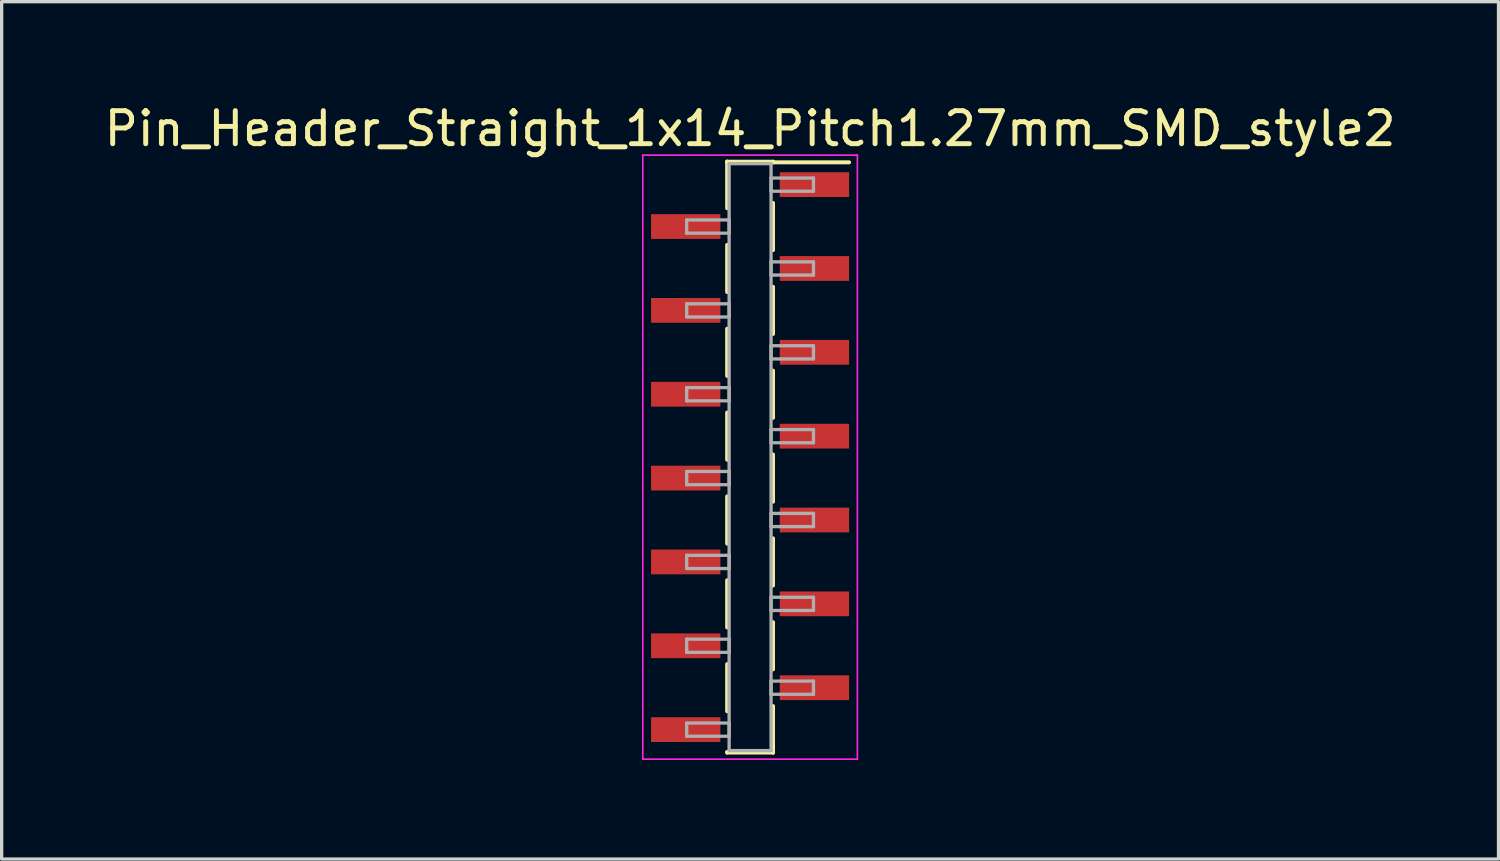
<source format=kicad_pcb>
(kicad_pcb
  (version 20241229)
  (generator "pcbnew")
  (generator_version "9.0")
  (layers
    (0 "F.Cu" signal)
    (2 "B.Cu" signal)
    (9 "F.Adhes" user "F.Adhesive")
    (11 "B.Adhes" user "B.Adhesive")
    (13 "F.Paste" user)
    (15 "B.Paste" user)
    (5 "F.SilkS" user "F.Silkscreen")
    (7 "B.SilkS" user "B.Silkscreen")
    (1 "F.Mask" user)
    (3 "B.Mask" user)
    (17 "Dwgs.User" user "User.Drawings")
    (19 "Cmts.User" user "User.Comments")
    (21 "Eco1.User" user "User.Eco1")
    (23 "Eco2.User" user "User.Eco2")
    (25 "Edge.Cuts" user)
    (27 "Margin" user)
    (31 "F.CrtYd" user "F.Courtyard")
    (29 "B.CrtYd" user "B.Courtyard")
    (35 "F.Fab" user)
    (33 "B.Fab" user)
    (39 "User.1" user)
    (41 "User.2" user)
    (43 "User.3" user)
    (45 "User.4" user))
  (footprint "Pin_Header_Straight_1x14_Pitch1.27mm_SMD_style2"
    (layer "F.Cu")
    (at 19.673 10.798)
    (property "Reference" "Pin_Header_Straight_1x14_Pitch1.27mm_SMD_style2" (at 0 -9.95 0) (layer "F.SilkS") (effects (font (size 1 1) (thickness 0.15))))
    (attr smd)
    (fp_line (start -0.695 -8.95) (end -0.695 -7.54) (stroke (width 0.12) (type solid)) (layer "F.SilkS"))
    (fp_line (start -0.695 -8.95) (end 0.695 -8.95) (stroke (width 0.12) (type solid)) (layer "F.SilkS"))
    (fp_line (start -0.695 -8.93) (end -0.695 -8.95) (stroke (width 0.12) (type solid)) (layer "F.SilkS"))
    (fp_line (start -0.695 -6.43) (end -0.695 -5) (stroke (width 0.12) (type solid)) (layer "F.SilkS"))
    (fp_line (start -0.695 -3.89) (end -0.695 -2.46) (stroke (width 0.12) (type solid)) (layer "F.SilkS"))
    (fp_line (start -0.695 -1.35) (end -0.695 0.08) (stroke (width 0.12) (type solid)) (layer "F.SilkS"))
    (fp_line (start -0.695 1.19) (end -0.695 2.62) (stroke (width 0.12) (type solid)) (layer "F.SilkS"))
    (fp_line (start -0.695 3.73) (end -0.695 5.16) (stroke (width 0.12) (type solid)) (layer "F.SilkS"))
    (fp_line (start -0.695 6.27) (end -0.695 7.7) (stroke (width 0.12) (type solid)) (layer "F.SilkS"))
    (fp_line (start -0.695 8.93) (end -0.695 8.95) (stroke (width 0.12) (type solid)) (layer "F.SilkS"))
    (fp_line (start -0.695 8.95) (end 0.695 8.95) (stroke (width 0.12) (type solid)) (layer "F.SilkS"))
    (fp_line (start 0.695 -8.95) (end 0.695 -8.93) (stroke (width 0.12) (type solid)) (layer "F.SilkS"))
    (fp_line (start 0.695 -8.93) (end 3 -8.93) (stroke (width 0.12) (type solid)) (layer "F.SilkS"))
    (fp_line (start 0.695 -7.7) (end 0.695 -6.27) (stroke (width 0.12) (type solid)) (layer "F.SilkS"))
    (fp_line (start 0.695 -5.16) (end 0.695 -3.73) (stroke (width 0.12) (type solid)) (layer "F.SilkS"))
    (fp_line (start 0.695 -2.62) (end 0.695 -1.19) (stroke (width 0.12) (type solid)) (layer "F.SilkS"))
    (fp_line (start 0.695 -0.08) (end 0.695 1.35) (stroke (width 0.12) (type solid)) (layer "F.SilkS"))
    (fp_line (start 0.695 2.46) (end 0.695 3.89) (stroke (width 0.12) (type solid)) (layer "F.SilkS"))
    (fp_line (start 0.695 5) (end 0.695 6.43) (stroke (width 0.12) (type solid)) (layer "F.SilkS"))
    (fp_line (start 0.695 7.54) (end 0.695 8.95) (stroke (width 0.12) (type solid)) (layer "F.SilkS"))
    (fp_line (start 0.695 8.95) (end 0.695 8.93) (stroke (width 0.12) (type solid)) (layer "F.SilkS"))
    (fp_line (start -3.25 -9.15) (end -3.25 9.15) (stroke (width 0.05) (type solid)) (layer "F.CrtYd"))
    (fp_line (start -3.25 9.15) (end 3.25 9.15) (stroke (width 0.05) (type solid)) (layer "F.CrtYd"))
    (fp_line (start 3.25 -9.15) (end -3.25 -9.15) (stroke (width 0.05) (type solid)) (layer "F.CrtYd"))
    (fp_line (start 3.25 9.15) (end 3.25 -9.15) (stroke (width 0.05) (type solid)) (layer "F.CrtYd"))
    (fp_line (start -1.92 -7.185) (end -0.635 -7.185) (stroke (width 0.1) (type solid)) (layer "F.Fab"))
    (fp_line (start -1.92 -6.785) (end -1.92 -7.185) (stroke (width 0.1) (type solid)) (layer "F.Fab"))
    (fp_line (start -1.92 -4.645) (end -0.635 -4.645) (stroke (width 0.1) (type solid)) (layer "F.Fab"))
    (fp_line (start -1.92 -4.245) (end -1.92 -4.645) (stroke (width 0.1) (type solid)) (layer "F.Fab"))
    (fp_line (start -1.92 -2.105) (end -0.635 -2.105) (stroke (width 0.1) (type solid)) (layer "F.Fab"))
    (fp_line (start -1.92 -1.705) (end -1.92 -2.105) (stroke (width 0.1) (type solid)) (layer "F.Fab"))
    (fp_line (start -1.92 0.435) (end -0.635 0.435) (stroke (width 0.1) (type solid)) (layer "F.Fab"))
    (fp_line (start -1.92 0.835) (end -1.92 0.435) (stroke (width 0.1) (type solid)) (layer "F.Fab"))
    (fp_line (start -1.92 2.975) (end -0.635 2.975) (stroke (width 0.1) (type solid)) (layer "F.Fab"))
    (fp_line (start -1.92 3.375) (end -1.92 2.975) (stroke (width 0.1) (type solid)) (layer "F.Fab"))
    (fp_line (start -1.92 5.515) (end -0.635 5.515) (stroke (width 0.1) (type solid)) (layer "F.Fab"))
    (fp_line (start -1.92 5.915) (end -1.92 5.515) (stroke (width 0.1) (type solid)) (layer "F.Fab"))
    (fp_line (start -1.92 8.055) (end -0.635 8.055) (stroke (width 0.1) (type solid)) (layer "F.Fab"))
    (fp_line (start -1.92 8.455) (end -1.92 8.055) (stroke (width 0.1) (type solid)) (layer "F.Fab"))
    (fp_line (start -0.635 -8.89) (end -0.635 8.89) (stroke (width 0.1) (type solid)) (layer "F.Fab"))
    (fp_line (start -0.635 -7.185) (end -0.635 -6.785) (stroke (width 0.1) (type solid)) (layer "F.Fab"))
    (fp_line (start -0.635 -6.785) (end -1.92 -6.785) (stroke (width 0.1) (type solid)) (layer "F.Fab"))
    (fp_line (start -0.635 -4.645) (end -0.635 -4.245) (stroke (width 0.1) (type solid)) (layer "F.Fab"))
    (fp_line (start -0.635 -4.245) (end -1.92 -4.245) (stroke (width 0.1) (type solid)) (layer "F.Fab"))
    (fp_line (start -0.635 -2.105) (end -0.635 -1.705) (stroke (width 0.1) (type solid)) (layer "F.Fab"))
    (fp_line (start -0.635 -1.705) (end -1.92 -1.705) (stroke (width 0.1) (type solid)) (layer "F.Fab"))
    (fp_line (start -0.635 0.435) (end -0.635 0.835) (stroke (width 0.1) (type solid)) (layer "F.Fab"))
    (fp_line (start -0.635 0.835) (end -1.92 0.835) (stroke (width 0.1) (type solid)) (layer "F.Fab"))
    (fp_line (start -0.635 2.975) (end -0.635 3.375) (stroke (width 0.1) (type solid)) (layer "F.Fab"))
    (fp_line (start -0.635 3.375) (end -1.92 3.375) (stroke (width 0.1) (type solid)) (layer "F.Fab"))
    (fp_line (start -0.635 5.515) (end -0.635 5.915) (stroke (width 0.1) (type solid)) (layer "F.Fab"))
    (fp_line (start -0.635 5.915) (end -1.92 5.915) (stroke (width 0.1) (type solid)) (layer "F.Fab"))
    (fp_line (start -0.635 8.055) (end -0.635 8.455) (stroke (width 0.1) (type solid)) (layer "F.Fab"))
    (fp_line (start -0.635 8.455) (end -1.92 8.455) (stroke (width 0.1) (type solid)) (layer "F.Fab"))
    (fp_line (start -0.635 8.89) (end 0.635 8.89) (stroke (width 0.1) (type solid)) (layer "F.Fab"))
    (fp_line (start 0.635 -8.89) (end -0.635 -8.89) (stroke (width 0.1) (type solid)) (layer "F.Fab"))
    (fp_line (start 0.635 -8.455) (end 0.635 -8.055) (stroke (width 0.1) (type solid)) (layer "F.Fab"))
    (fp_line (start 0.635 -8.055) (end 1.92 -8.055) (stroke (width 0.1) (type solid)) (layer "F.Fab"))
    (fp_line (start 0.635 -5.915) (end 0.635 -5.515) (stroke (width 0.1) (type solid)) (layer "F.Fab"))
    (fp_line (start 0.635 -5.515) (end 1.92 -5.515) (stroke (width 0.1) (type solid)) (layer "F.Fab"))
    (fp_line (start 0.635 -3.375) (end 0.635 -2.975) (stroke (width 0.1) (type solid)) (layer "F.Fab"))
    (fp_line (start 0.635 -2.975) (end 1.92 -2.975) (stroke (width 0.1) (type solid)) (layer "F.Fab"))
    (fp_line (start 0.635 -0.835) (end 0.635 -0.435) (stroke (width 0.1) (type solid)) (layer "F.Fab"))
    (fp_line (start 0.635 -0.435) (end 1.92 -0.435) (stroke (width 0.1) (type solid)) (layer "F.Fab"))
    (fp_line (start 0.635 1.705) (end 0.635 2.105) (stroke (width 0.1) (type solid)) (layer "F.Fab"))
    (fp_line (start 0.635 2.105) (end 1.92 2.105) (stroke (width 0.1) (type solid)) (layer "F.Fab"))
    (fp_line (start 0.635 4.245) (end 0.635 4.645) (stroke (width 0.1) (type solid)) (layer "F.Fab"))
    (fp_line (start 0.635 4.645) (end 1.92 4.645) (stroke (width 0.1) (type solid)) (layer "F.Fab"))
    (fp_line (start 0.635 6.785) (end 0.635 7.185) (stroke (width 0.1) (type solid)) (layer "F.Fab"))
    (fp_line (start 0.635 7.185) (end 1.92 7.185) (stroke (width 0.1) (type solid)) (layer "F.Fab"))
    (fp_line (start 0.635 8.89) (end 0.635 -8.89) (stroke (width 0.1) (type solid)) (layer "F.Fab"))
    (fp_line (start 1.92 -8.455) (end 0.635 -8.455) (stroke (width 0.1) (type solid)) (layer "F.Fab"))
    (fp_line (start 1.92 -8.055) (end 1.92 -8.455) (stroke (width 0.1) (type solid)) (layer "F.Fab"))
    (fp_line (start 1.92 -5.915) (end 0.635 -5.915) (stroke (width 0.1) (type solid)) (layer "F.Fab"))
    (fp_line (start 1.92 -5.515) (end 1.92 -5.915) (stroke (width 0.1) (type solid)) (layer "F.Fab"))
    (fp_line (start 1.92 -3.375) (end 0.635 -3.375) (stroke (width 0.1) (type solid)) (layer "F.Fab"))
    (fp_line (start 1.92 -2.975) (end 1.92 -3.375) (stroke (width 0.1) (type solid)) (layer "F.Fab"))
    (fp_line (start 1.92 -0.835) (end 0.635 -0.835) (stroke (width 0.1) (type solid)) (layer "F.Fab"))
    (fp_line (start 1.92 -0.435) (end 1.92 -0.835) (stroke (width 0.1) (type solid)) (layer "F.Fab"))
    (fp_line (start 1.92 1.705) (end 0.635 1.705) (stroke (width 0.1) (type solid)) (layer "F.Fab"))
    (fp_line (start 1.92 2.105) (end 1.92 1.705) (stroke (width 0.1) (type solid)) (layer "F.Fab"))
    (fp_line (start 1.92 4.245) (end 0.635 4.245) (stroke (width 0.1) (type solid)) (layer "F.Fab"))
    (fp_line (start 1.92 4.645) (end 1.92 4.245) (stroke (width 0.1) (type solid)) (layer "F.Fab"))
    (fp_line (start 1.92 6.785) (end 0.635 6.785) (stroke (width 0.1) (type solid)) (layer "F.Fab"))
    (fp_line (start 1.92 7.185) (end 1.92 6.785) (stroke (width 0.1) (type solid)) (layer "F.Fab"))
    (pad "1" smd rect (at 1.95 -8.255) (size 2.1 0.75) (layers "F.Cu" "F.Mask"))
    (pad "2" smd rect (at -1.95 -6.985) (size 2.1 0.75) (layers "F.Cu" "F.Mask"))
    (pad "3" smd rect (at 1.95 -5.715) (size 2.1 0.75) (layers "F.Cu" "F.Mask"))
    (pad "4" smd rect (at -1.95 -4.445) (size 2.1 0.75) (layers "F.Cu" "F.Mask"))
    (pad "5" smd rect (at 1.95 -3.175) (size 2.1 0.75) (layers "F.Cu" "F.Mask"))
    (pad "6" smd rect (at -1.95 -1.905) (size 2.1 0.75) (layers "F.Cu" "F.Mask"))
    (pad "7" smd rect (at 1.95 -0.635) (size 2.1 0.75) (layers "F.Cu" "F.Mask"))
    (pad "8" smd rect (at -1.95 0.635) (size 2.1 0.75) (layers "F.Cu" "F.Mask"))
    (pad "9" smd rect (at 1.95 1.905) (size 2.1 0.75) (layers "F.Cu" "F.Mask"))
    (pad "10" smd rect (at -1.95 3.175) (size 2.1 0.75) (layers "F.Cu" "F.Mask"))
    (pad "11" smd rect (at 1.95 4.445) (size 2.1 0.75) (layers "F.Cu" "F.Mask"))
    (pad "12" smd rect (at -1.95 5.715) (size 2.1 0.75) (layers "F.Cu" "F.Mask"))
    (pad "13" smd rect (at 1.95 6.985) (size 2.1 0.75) (layers "F.Cu" "F.Mask"))
    (pad "14" smd rect (at -1.95 8.255) (size 2.1 0.75) (layers "F.Cu" "F.Mask")))
  (gr_rect
    (start -3 -3)
    (end 42.345 22.973)
    (stroke (width 0.1) (type default))
    (fill no)
    (layer "Edge.Cuts")))
</source>
